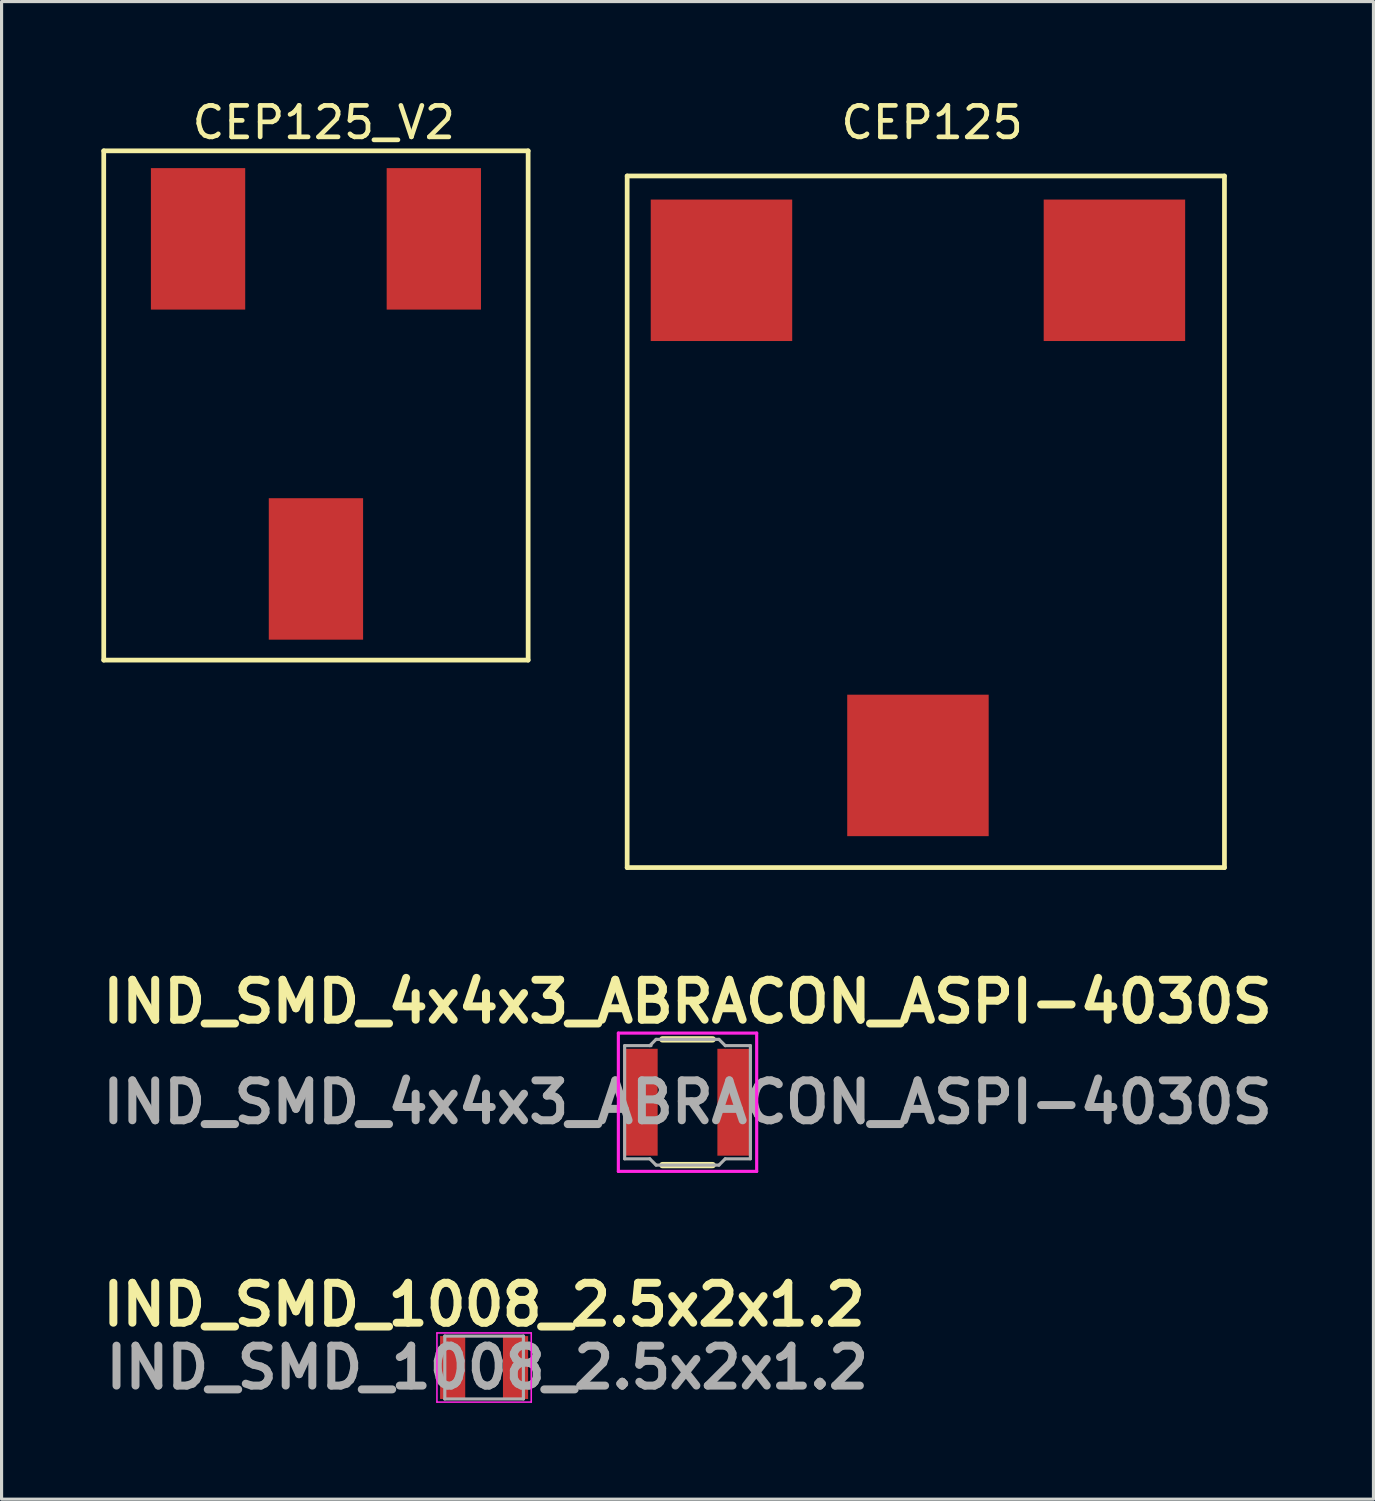
<source format=kicad_pcb>
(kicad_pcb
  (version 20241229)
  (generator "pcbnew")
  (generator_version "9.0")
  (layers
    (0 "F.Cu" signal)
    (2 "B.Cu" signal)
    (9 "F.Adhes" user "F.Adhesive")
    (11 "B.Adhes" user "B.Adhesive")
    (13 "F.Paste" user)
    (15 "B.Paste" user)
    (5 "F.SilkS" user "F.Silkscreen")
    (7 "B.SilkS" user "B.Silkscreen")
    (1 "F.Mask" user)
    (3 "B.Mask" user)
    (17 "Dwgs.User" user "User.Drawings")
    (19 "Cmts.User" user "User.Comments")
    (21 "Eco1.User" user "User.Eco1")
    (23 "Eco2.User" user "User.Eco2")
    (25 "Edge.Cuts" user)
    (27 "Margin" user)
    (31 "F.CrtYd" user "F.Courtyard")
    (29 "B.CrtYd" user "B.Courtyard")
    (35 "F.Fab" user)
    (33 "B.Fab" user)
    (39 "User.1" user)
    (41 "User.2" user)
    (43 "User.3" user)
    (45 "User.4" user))
  (footprint "CEP125"
    (layer "F.Cu")
    (at 19.9 5.548)
    (property "Reference" "CEP125" (at 6.7 -4.7 0) (layer "F.SilkS") (effects (font (size 1 1) (thickness 0.15))))
    (attr through_hole)
    (fp_line (start -3 -3) (end 16 -3) (stroke (width 0.15) (type solid)) (layer "F.SilkS"))
    (fp_line (start -3 19) (end -3 -3) (stroke (width 0.15) (type solid)) (layer "F.SilkS"))
    (fp_line (start 16 -3) (end 16 19) (stroke (width 0.15) (type solid)) (layer "F.SilkS"))
    (fp_line (start 16 19) (end -3 19) (stroke (width 0.15) (type solid)) (layer "F.SilkS"))
    (pad "1" smd rect (at 0 0) (size 4.5 4.5) (layers "F.Cu" "F.Mask" "F.Paste"))
    (pad "2" smd rect (at 12.5 0) (size 4.5 4.5) (layers "F.Cu" "F.Mask" "F.Paste"))
    (pad "NC" smd rect (at 6.25 15.75) (size 4.5 4.5) (layers "F.Cu" "F.Mask" "F.Paste")))
  (footprint "CEP125_V2"
    (layer "F.Cu")
    (at 0.25 2.548)
    (property "Reference" "CEP125_V2" (at 7 -1.7 0) (layer "F.SilkS") (effects (font (size 1 1) (thickness 0.15))))
    (attr through_hole)
    (fp_line (start 0 -0.8) (end 13.5 -0.8) (stroke (width 0.15) (type solid)) (layer "F.SilkS"))
    (fp_line (start 0 15.4) (end 0 -0.8) (stroke (width 0.15) (type solid)) (layer "F.SilkS"))
    (fp_line (start 13.5 -0.8) (end 13.5 15.4) (stroke (width 0.15) (type solid)) (layer "F.SilkS"))
    (fp_line (start 13.5 15.4) (end 0 15.4) (stroke (width 0.15) (type solid)) (layer "F.SilkS"))
    (pad "1" smd rect (at 3 2) (size 3 4.5) (layers "F.Cu" "F.Mask" "F.Paste"))
    (pad "2" smd rect (at 10.5 2) (size 3 4.5) (layers "F.Cu" "F.Mask" "F.Paste"))
    (pad "NC" smd rect (at 6.75 12.5) (size 3 4.5) (layers "F.Cu" "F.Mask" "F.Paste")))
  (footprint "IND_SMD_1008_2.5x2x1.2"
    (layer "F.Cu")
    (at 12.349 40.451)
    (property "Reference" "IND_SMD_1008_2.5x2x1.2" (at 0 -2 0) (layer "F.SilkS") (effects (font (size 1.27 1.27) (thickness 0.254))))
    (attr smd)
    (fp_line (start -1.5 -1.1) (end -1.5 1.1) (stroke (width 0.05) (type solid)) (layer "F.CrtYd"))
    (fp_line (start -1.5 -1.1) (end 1.5 -1.1) (stroke (width 0.05) (type solid)) (layer "F.CrtYd"))
    (fp_line (start 1.5 -1.1) (end 1.5 1.1) (stroke (width 0.05) (type solid)) (layer "F.CrtYd"))
    (fp_line (start 1.5 1.1) (end -1.5 1.1) (stroke (width 0.05) (type solid)) (layer "F.CrtYd"))
    (fp_line (start -1.25 -1) (end 1.25 -1) (stroke (width 0.1) (type solid)) (layer "F.Fab"))
    (fp_line (start -1.25 1) (end -1.25 -1) (stroke (width 0.1) (type solid)) (layer "F.Fab"))
    (fp_line (start 1.25 -1) (end 1.25 1) (stroke (width 0.1) (type solid)) (layer "F.Fab"))
    (fp_line (start 1.25 1) (end -1.25 1) (stroke (width 0.1) (type solid)) (layer "F.Fab"))
    (fp_text user "${REFERENCE}" (at 0.1 0 0) (layer "F.Fab") (effects (font (size 1.27 1.27) (thickness 0.254))))
    (pad "1" smd rect (at -1 0) (size 0.8 2) (layers "F.Cu" "F.Mask" "F.Paste"))
    (pad "2" smd rect (at 1 0) (size 0.8 2) (layers "F.Cu" "F.Mask" "F.Paste")))
  (footprint "IND_SMD_4x4x3_ABRACON_ASPI-4030S"
    (layer "F.Cu")
    (at 18.82 32.012)
    (property "Reference" "IND_SMD_4x4x3_ABRACON_ASPI-4030S" (at 0 -3.2 0) (layer "F.SilkS") (effects (font (size 1.27 1.27) (thickness 0.254))))
    (attr smd)
    (fp_line (start -0.8 -2) (end 0.8 -2) (stroke (width 0.2) (type solid)) (layer "F.SilkS"))
    (fp_line (start -0.8 2) (end 0.8 2) (stroke (width 0.2) (type solid)) (layer "F.SilkS"))
    (fp_line (start -2.2 -2.2) (end 2.2 -2.2) (stroke (width 0.1) (type solid)) (layer "F.CrtYd"))
    (fp_line (start -2.2 2.2) (end -2.2 -2.2) (stroke (width 0.1) (type solid)) (layer "F.CrtYd"))
    (fp_line (start 2.2 -2.2) (end 2.2 2.2) (stroke (width 0.1) (type solid)) (layer "F.CrtYd"))
    (fp_line (start 2.2 2.2) (end -2.2 2.2) (stroke (width 0.1) (type solid)) (layer "F.CrtYd"))
    (fp_line (start -2 -1.8) (end -1.16 -1.8) (stroke (width 0.1) (type solid)) (layer "F.Fab"))
    (fp_line (start -2 1.8) (end -2 -1.8) (stroke (width 0.1) (type solid)) (layer "F.Fab"))
    (fp_line (start -1.2 -1.8) (end -1 -2) (stroke (width 0.1) (type solid)) (layer "F.Fab"))
    (fp_line (start -1.2 1.8) (end -2 1.8) (stroke (width 0.1) (type solid)) (layer "F.Fab"))
    (fp_line (start -1 -2) (end 1 -2) (stroke (width 0.1) (type solid)) (layer "F.Fab"))
    (fp_line (start -1 2) (end -1.2 1.8) (stroke (width 0.1) (type solid)) (layer "F.Fab"))
    (fp_line (start 1 -2) (end 1.2 -1.8) (stroke (width 0.1) (type solid)) (layer "F.Fab"))
    (fp_line (start 1 2) (end -1 2) (stroke (width 0.1) (type solid)) (layer "F.Fab"))
    (fp_line (start 1.2 -1.8) (end 2 -1.8) (stroke (width 0.1) (type solid)) (layer "F.Fab"))
    (fp_line (start 1.2 1.8) (end 1 2) (stroke (width 0.1) (type solid)) (layer "F.Fab"))
    (fp_line (start 2 -1.8) (end 2 1.8) (stroke (width 0.1) (type solid)) (layer "F.Fab"))
    (fp_line (start 2 1.8) (end 1.2 1.8) (stroke (width 0.1) (type solid)) (layer "F.Fab"))
    (fp_text user "${REFERENCE}" (at 0 0 0) (layer "F.Fab") (effects (font (size 1.27 1.27) (thickness 0.254))))
    (pad "1" smd rect (at 1.5 0) (size 1.1 3.4) (layers "F.Cu" "F.Mask" "F.Paste"))
    (pad "2" smd rect (at -1.5 0) (size 1.1 3.4) (layers "F.Cu" "F.Mask" "F.Paste")))
  (gr_rect
    (start -3 -3)
    (end 40.64 44.639)
    (stroke (width 0.1) (type default))
    (fill no)
    (layer "Edge.Cuts")))
</source>
